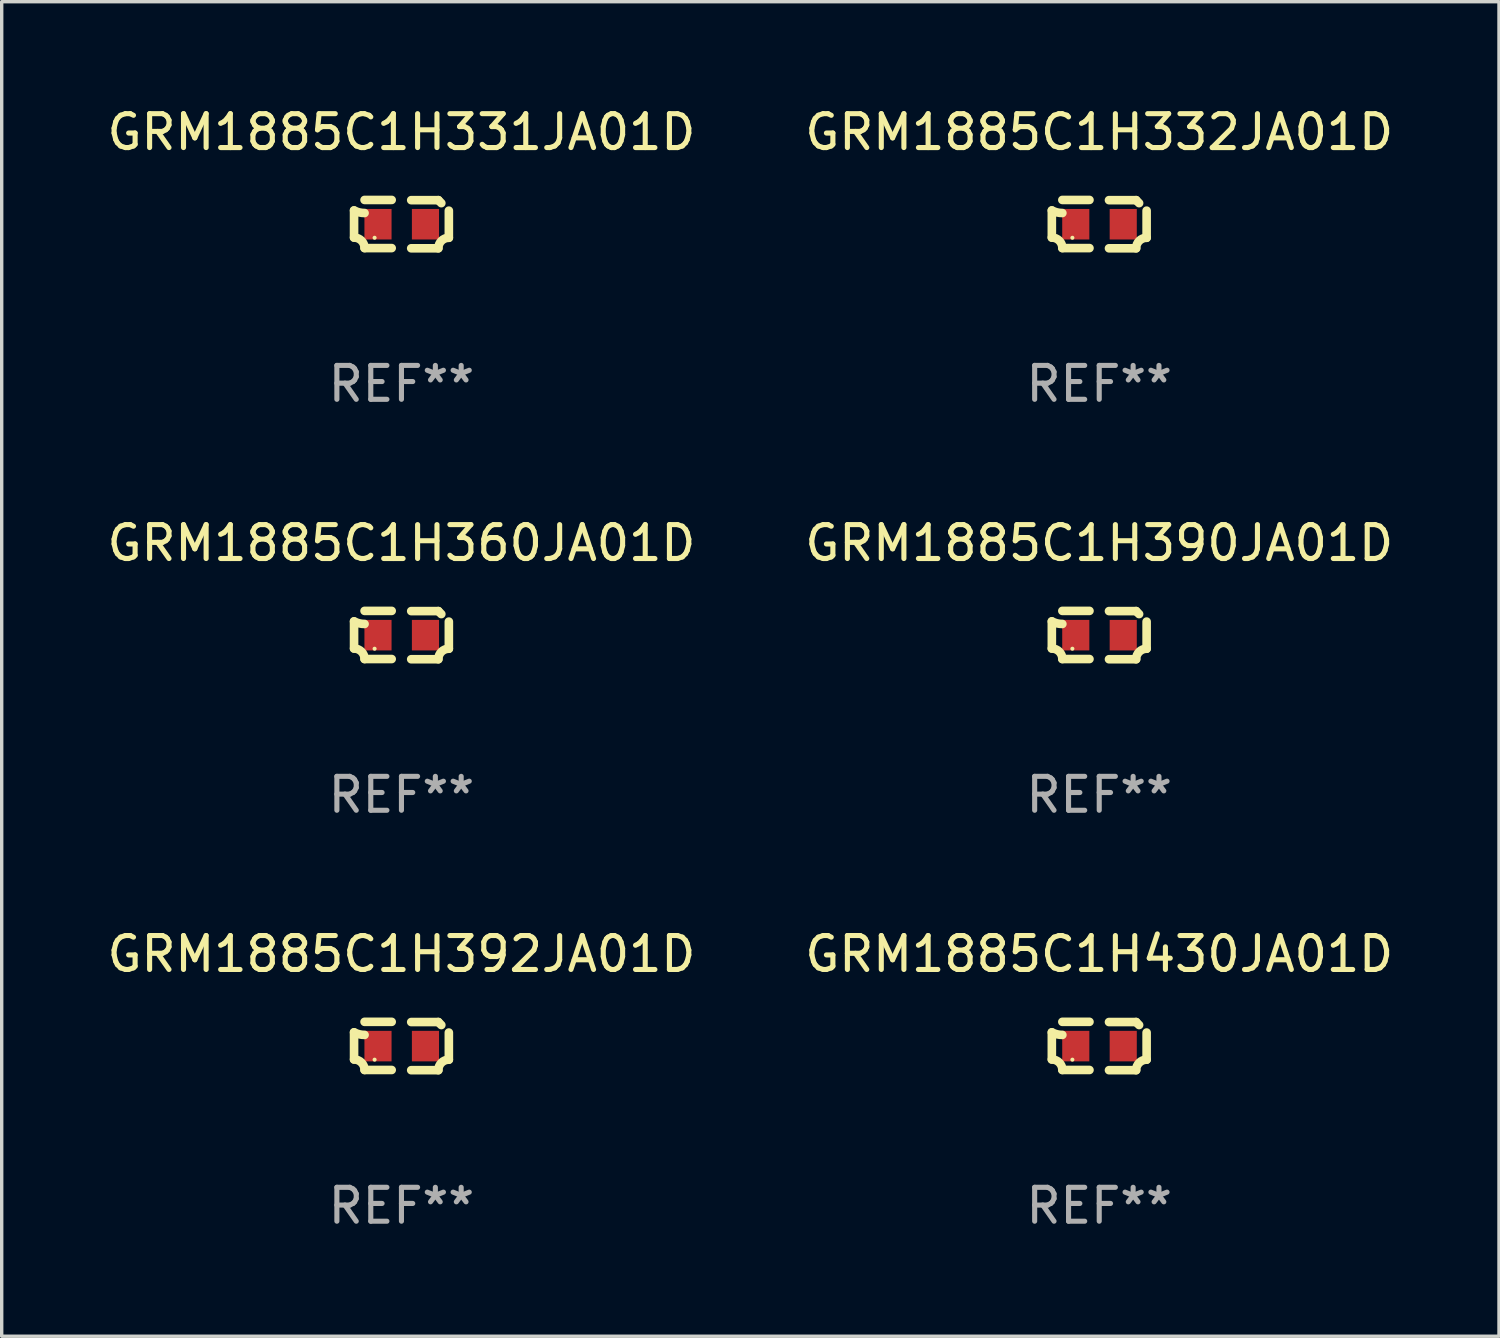
<source format=kicad_pcb>
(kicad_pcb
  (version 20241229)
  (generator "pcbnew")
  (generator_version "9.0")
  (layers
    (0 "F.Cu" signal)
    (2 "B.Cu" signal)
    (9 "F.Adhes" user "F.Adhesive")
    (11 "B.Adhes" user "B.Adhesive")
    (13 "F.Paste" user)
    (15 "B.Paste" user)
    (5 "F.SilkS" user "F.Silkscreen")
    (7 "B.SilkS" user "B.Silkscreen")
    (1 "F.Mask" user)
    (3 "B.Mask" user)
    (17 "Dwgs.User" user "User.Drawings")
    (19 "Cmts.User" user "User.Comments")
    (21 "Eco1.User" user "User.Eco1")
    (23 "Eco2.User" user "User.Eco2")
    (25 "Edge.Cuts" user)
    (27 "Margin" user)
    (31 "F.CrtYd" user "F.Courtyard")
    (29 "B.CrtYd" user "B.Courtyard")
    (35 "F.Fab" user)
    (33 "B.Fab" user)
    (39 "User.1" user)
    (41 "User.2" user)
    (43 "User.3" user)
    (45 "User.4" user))
  (footprint "GRM1885C1H360JA01D"
    (layer "F.Cu")
    (at 8.792 15.683)
    (property "Reference" "GRM1885C1H360JA01D" (at 0 -2.713 0) (layer "F.SilkS") (effects (font (size 1 1) (thickness 0.15))))
    (attr through_hole)
    (fp_line (start -1.398 -0.403) (end -1.398 0.397) (stroke (width 0.254) (type solid)) (layer "F.SilkS"))
    (fp_line (start -0.288 -0.713) (end -1.088 -0.713) (stroke (width 0.254) (type solid)) (layer "F.SilkS"))
    (fp_line (start -0.288 0.707) (end -1.088 0.707) (stroke (width 0.254) (type solid)) (layer "F.SilkS"))
    (fp_line (start 0.288 -0.707) (end 1.088 -0.707) (stroke (width 0.254) (type solid)) (layer "F.SilkS"))
    (fp_line (start 0.288 0.713) (end 1.088 0.713) (stroke (width 0.254) (type solid)) (layer "F.SilkS"))
    (fp_line (start 1.398 -0.397) (end 1.398 0.403) (stroke (width 0.254) (type solid)) (layer "F.SilkS"))
    (fp_arc (start -1.397789 0.397066) (mid -1.178701 0.487826) (end -1.08796 0.706922) (stroke (width 0.254001) (type solid)) (layer "F.SilkS"))
    (fp_arc (start -1.08796 -0.327176) (mid -1.247436 -0.346384) (end -1.39779 -0.402908) (stroke (width 0.254001) (type solid)) (layer "F.SilkS"))
    (fp_arc (start 1.087909 0.712738) (mid 1.178656 0.493655) (end 1.397739 0.402908) (stroke (width 0.254001) (type solid)) (layer "F.SilkS"))
    (fp_arc (start 1.175925 -0.618926) (mid 1.131917 -0.662923) (end 1.08791 -0.706922) (stroke (width 0.254001) (type solid)) (layer "F.SilkS"))
    (fp_circle (center -0.792 0.403) (end -0.762 0.403) (stroke (width 0.06) (type solid)) (fill no) (layer "F.SilkS"))
    (fp_text user "REF**" (at 0 4.713 0) (layer "F.Fab") (effects (font (size 1 1) (thickness 0.15))))
    (pad "1" smd rect (at -0.692 0.003) (size 0.8 0.9) (layers "F.Cu" "F.Mask" "F.Paste"))
    (pad "2" smd rect (at 0.708 0.003) (size 0.8 0.9) (layers "F.Cu" "F.Mask" "F.Paste")))
  (footprint "GRM1885C1H430JA01D"
    (layer "F.Cu")
    (at 29.375 27.805)
    (property "Reference" "GRM1885C1H430JA01D" (at 0 -2.713 0) (layer "F.SilkS") (effects (font (size 1 1) (thickness 0.15))))
    (attr through_hole)
    (fp_line (start -1.398 -0.403) (end -1.398 0.397) (stroke (width 0.254) (type solid)) (layer "F.SilkS"))
    (fp_line (start -0.288 -0.713) (end -1.088 -0.713) (stroke (width 0.254) (type solid)) (layer "F.SilkS"))
    (fp_line (start -0.288 0.707) (end -1.088 0.707) (stroke (width 0.254) (type solid)) (layer "F.SilkS"))
    (fp_line (start 0.288 -0.707) (end 1.088 -0.707) (stroke (width 0.254) (type solid)) (layer "F.SilkS"))
    (fp_line (start 0.288 0.713) (end 1.088 0.713) (stroke (width 0.254) (type solid)) (layer "F.SilkS"))
    (fp_line (start 1.398 -0.397) (end 1.398 0.403) (stroke (width 0.254) (type solid)) (layer "F.SilkS"))
    (fp_arc (start -1.397789 0.397066) (mid -1.178701 0.487826) (end -1.08796 0.706922) (stroke (width 0.254001) (type solid)) (layer "F.SilkS"))
    (fp_arc (start -1.08796 -0.327176) (mid -1.247436 -0.346384) (end -1.39779 -0.402908) (stroke (width 0.254001) (type solid)) (layer "F.SilkS"))
    (fp_arc (start 1.087909 0.712738) (mid 1.178656 0.493655) (end 1.397739 0.402908) (stroke (width 0.254001) (type solid)) (layer "F.SilkS"))
    (fp_arc (start 1.175925 -0.618926) (mid 1.131917 -0.662923) (end 1.08791 -0.706922) (stroke (width 0.254001) (type solid)) (layer "F.SilkS"))
    (fp_circle (center -0.792 0.403) (end -0.762 0.403) (stroke (width 0.06) (type solid)) (fill no) (layer "F.SilkS"))
    (fp_text user "REF**" (at 0 4.713 0) (layer "F.Fab") (effects (font (size 1 1) (thickness 0.15))))
    (pad "1" smd rect (at -0.692 0.003) (size 0.8 0.9) (layers "F.Cu" "F.Mask" "F.Paste"))
    (pad "2" smd rect (at 0.708 0.003) (size 0.8 0.9) (layers "F.Cu" "F.Mask" "F.Paste")))
  (footprint "GRM1885C1H332JA01D"
    (layer "F.Cu")
    (at 29.375 3.561)
    (property "Reference" "GRM1885C1H332JA01D" (at 0 -2.713 0) (layer "F.SilkS") (effects (font (size 1 1) (thickness 0.15))))
    (attr through_hole)
    (fp_line (start -1.398 -0.403) (end -1.398 0.397) (stroke (width 0.254) (type solid)) (layer "F.SilkS"))
    (fp_line (start -0.288 -0.713) (end -1.088 -0.713) (stroke (width 0.254) (type solid)) (layer "F.SilkS"))
    (fp_line (start -0.288 0.707) (end -1.088 0.707) (stroke (width 0.254) (type solid)) (layer "F.SilkS"))
    (fp_line (start 0.288 -0.707) (end 1.088 -0.707) (stroke (width 0.254) (type solid)) (layer "F.SilkS"))
    (fp_line (start 0.288 0.713) (end 1.088 0.713) (stroke (width 0.254) (type solid)) (layer "F.SilkS"))
    (fp_line (start 1.398 -0.397) (end 1.398 0.403) (stroke (width 0.254) (type solid)) (layer "F.SilkS"))
    (fp_arc (start -1.397789 0.397066) (mid -1.178701 0.487826) (end -1.08796 0.706922) (stroke (width 0.254001) (type solid)) (layer "F.SilkS"))
    (fp_arc (start -1.08796 -0.327176) (mid -1.247436 -0.346384) (end -1.39779 -0.402908) (stroke (width 0.254001) (type solid)) (layer "F.SilkS"))
    (fp_arc (start 1.087909 0.712738) (mid 1.178656 0.493655) (end 1.397739 0.402908) (stroke (width 0.254001) (type solid)) (layer "F.SilkS"))
    (fp_arc (start 1.175925 -0.618926) (mid 1.131917 -0.662923) (end 1.08791 -0.706922) (stroke (width 0.254001) (type solid)) (layer "F.SilkS"))
    (fp_circle (center -0.792 0.403) (end -0.762 0.403) (stroke (width 0.06) (type solid)) (fill no) (layer "F.SilkS"))
    (fp_text user "REF**" (at 0 4.713 0) (layer "F.Fab") (effects (font (size 1 1) (thickness 0.15))))
    (pad "1" smd rect (at -0.692 0.003) (size 0.8 0.9) (layers "F.Cu" "F.Mask" "F.Paste"))
    (pad "2" smd rect (at 0.708 0.003) (size 0.8 0.9) (layers "F.Cu" "F.Mask" "F.Paste")))
  (footprint "GRM1885C1H390JA01D"
    (layer "F.Cu")
    (at 29.375 15.683)
    (property "Reference" "GRM1885C1H390JA01D" (at 0 -2.713 0) (layer "F.SilkS") (effects (font (size 1 1) (thickness 0.15))))
    (attr through_hole)
    (fp_line (start -1.398 -0.403) (end -1.398 0.397) (stroke (width 0.254) (type solid)) (layer "F.SilkS"))
    (fp_line (start -0.288 -0.713) (end -1.088 -0.713) (stroke (width 0.254) (type solid)) (layer "F.SilkS"))
    (fp_line (start -0.288 0.707) (end -1.088 0.707) (stroke (width 0.254) (type solid)) (layer "F.SilkS"))
    (fp_line (start 0.288 -0.707) (end 1.088 -0.707) (stroke (width 0.254) (type solid)) (layer "F.SilkS"))
    (fp_line (start 0.288 0.713) (end 1.088 0.713) (stroke (width 0.254) (type solid)) (layer "F.SilkS"))
    (fp_line (start 1.398 -0.397) (end 1.398 0.403) (stroke (width 0.254) (type solid)) (layer "F.SilkS"))
    (fp_arc (start -1.397789 0.397066) (mid -1.178701 0.487826) (end -1.08796 0.706922) (stroke (width 0.254001) (type solid)) (layer "F.SilkS"))
    (fp_arc (start -1.08796 -0.327176) (mid -1.247436 -0.346384) (end -1.39779 -0.402908) (stroke (width 0.254001) (type solid)) (layer "F.SilkS"))
    (fp_arc (start 1.087909 0.712738) (mid 1.178656 0.493655) (end 1.397739 0.402908) (stroke (width 0.254001) (type solid)) (layer "F.SilkS"))
    (fp_arc (start 1.175925 -0.618926) (mid 1.131917 -0.662923) (end 1.08791 -0.706922) (stroke (width 0.254001) (type solid)) (layer "F.SilkS"))
    (fp_circle (center -0.792 0.403) (end -0.762 0.403) (stroke (width 0.06) (type solid)) (fill no) (layer "F.SilkS"))
    (fp_text user "REF**" (at 0 4.713 0) (layer "F.Fab") (effects (font (size 1 1) (thickness 0.15))))
    (pad "1" smd rect (at -0.692 0.003) (size 0.8 0.9) (layers "F.Cu" "F.Mask" "F.Paste"))
    (pad "2" smd rect (at 0.708 0.003) (size 0.8 0.9) (layers "F.Cu" "F.Mask" "F.Paste")))
  (footprint "GRM1885C1H392JA01D"
    (layer "F.Cu")
    (at 8.792 27.805)
    (property "Reference" "GRM1885C1H392JA01D" (at 0 -2.713 0) (layer "F.SilkS") (effects (font (size 1 1) (thickness 0.15))))
    (attr through_hole)
    (fp_line (start -1.398 -0.403) (end -1.398 0.397) (stroke (width 0.254) (type solid)) (layer "F.SilkS"))
    (fp_line (start -0.288 -0.713) (end -1.088 -0.713) (stroke (width 0.254) (type solid)) (layer "F.SilkS"))
    (fp_line (start -0.288 0.707) (end -1.088 0.707) (stroke (width 0.254) (type solid)) (layer "F.SilkS"))
    (fp_line (start 0.288 -0.707) (end 1.088 -0.707) (stroke (width 0.254) (type solid)) (layer "F.SilkS"))
    (fp_line (start 0.288 0.713) (end 1.088 0.713) (stroke (width 0.254) (type solid)) (layer "F.SilkS"))
    (fp_line (start 1.398 -0.397) (end 1.398 0.403) (stroke (width 0.254) (type solid)) (layer "F.SilkS"))
    (fp_arc (start -1.397789 0.397066) (mid -1.178701 0.487826) (end -1.08796 0.706922) (stroke (width 0.254001) (type solid)) (layer "F.SilkS"))
    (fp_arc (start -1.08796 -0.327176) (mid -1.247436 -0.346384) (end -1.39779 -0.402908) (stroke (width 0.254001) (type solid)) (layer "F.SilkS"))
    (fp_arc (start 1.087909 0.712738) (mid 1.178656 0.493655) (end 1.397739 0.402908) (stroke (width 0.254001) (type solid)) (layer "F.SilkS"))
    (fp_arc (start 1.175925 -0.618926) (mid 1.131917 -0.662923) (end 1.08791 -0.706922) (stroke (width 0.254001) (type solid)) (layer "F.SilkS"))
    (fp_circle (center -0.792 0.403) (end -0.762 0.403) (stroke (width 0.06) (type solid)) (fill no) (layer "F.SilkS"))
    (fp_text user "REF**" (at 0 4.713 0) (layer "F.Fab") (effects (font (size 1 1) (thickness 0.15))))
    (pad "1" smd rect (at -0.692 0.003) (size 0.8 0.9) (layers "F.Cu" "F.Mask" "F.Paste"))
    (pad "2" smd rect (at 0.708 0.003) (size 0.8 0.9) (layers "F.Cu" "F.Mask" "F.Paste")))
  (footprint "GRM1885C1H331JA01D"
    (layer "F.Cu")
    (at 8.792 3.561)
    (property "Reference" "GRM1885C1H331JA01D" (at 0 -2.713 0) (layer "F.SilkS") (effects (font (size 1 1) (thickness 0.15))))
    (attr through_hole)
    (fp_line (start -1.398 -0.403) (end -1.398 0.397) (stroke (width 0.254) (type solid)) (layer "F.SilkS"))
    (fp_line (start -0.288 -0.713) (end -1.088 -0.713) (stroke (width 0.254) (type solid)) (layer "F.SilkS"))
    (fp_line (start -0.288 0.707) (end -1.088 0.707) (stroke (width 0.254) (type solid)) (layer "F.SilkS"))
    (fp_line (start 0.288 -0.707) (end 1.088 -0.707) (stroke (width 0.254) (type solid)) (layer "F.SilkS"))
    (fp_line (start 0.288 0.713) (end 1.088 0.713) (stroke (width 0.254) (type solid)) (layer "F.SilkS"))
    (fp_line (start 1.398 -0.397) (end 1.398 0.403) (stroke (width 0.254) (type solid)) (layer "F.SilkS"))
    (fp_arc (start -1.397789 0.397066) (mid -1.178701 0.487826) (end -1.08796 0.706922) (stroke (width 0.254001) (type solid)) (layer "F.SilkS"))
    (fp_arc (start -1.08796 -0.327176) (mid -1.247436 -0.346384) (end -1.39779 -0.402908) (stroke (width 0.254001) (type solid)) (layer "F.SilkS"))
    (fp_arc (start 1.087909 0.712738) (mid 1.178656 0.493655) (end 1.397739 0.402908) (stroke (width 0.254001) (type solid)) (layer "F.SilkS"))
    (fp_arc (start 1.175925 -0.618926) (mid 1.131917 -0.662923) (end 1.08791 -0.706922) (stroke (width 0.254001) (type solid)) (layer "F.SilkS"))
    (fp_circle (center -0.792 0.403) (end -0.762 0.403) (stroke (width 0.06) (type solid)) (fill no) (layer "F.SilkS"))
    (fp_text user "REF**" (at 0 4.713 0) (layer "F.Fab") (effects (font (size 1 1) (thickness 0.15))))
    (pad "1" smd rect (at -0.692 0.003) (size 0.8 0.9) (layers "F.Cu" "F.Mask" "F.Paste"))
    (pad "2" smd rect (at 0.708 0.003) (size 0.8 0.9) (layers "F.Cu" "F.Mask" "F.Paste")))
  (gr_rect
    (start -3 -3)
    (end 41.167 36.366)
    (stroke (width 0.1) (type default))
    (fill no)
    (layer "Edge.Cuts")))
</source>
